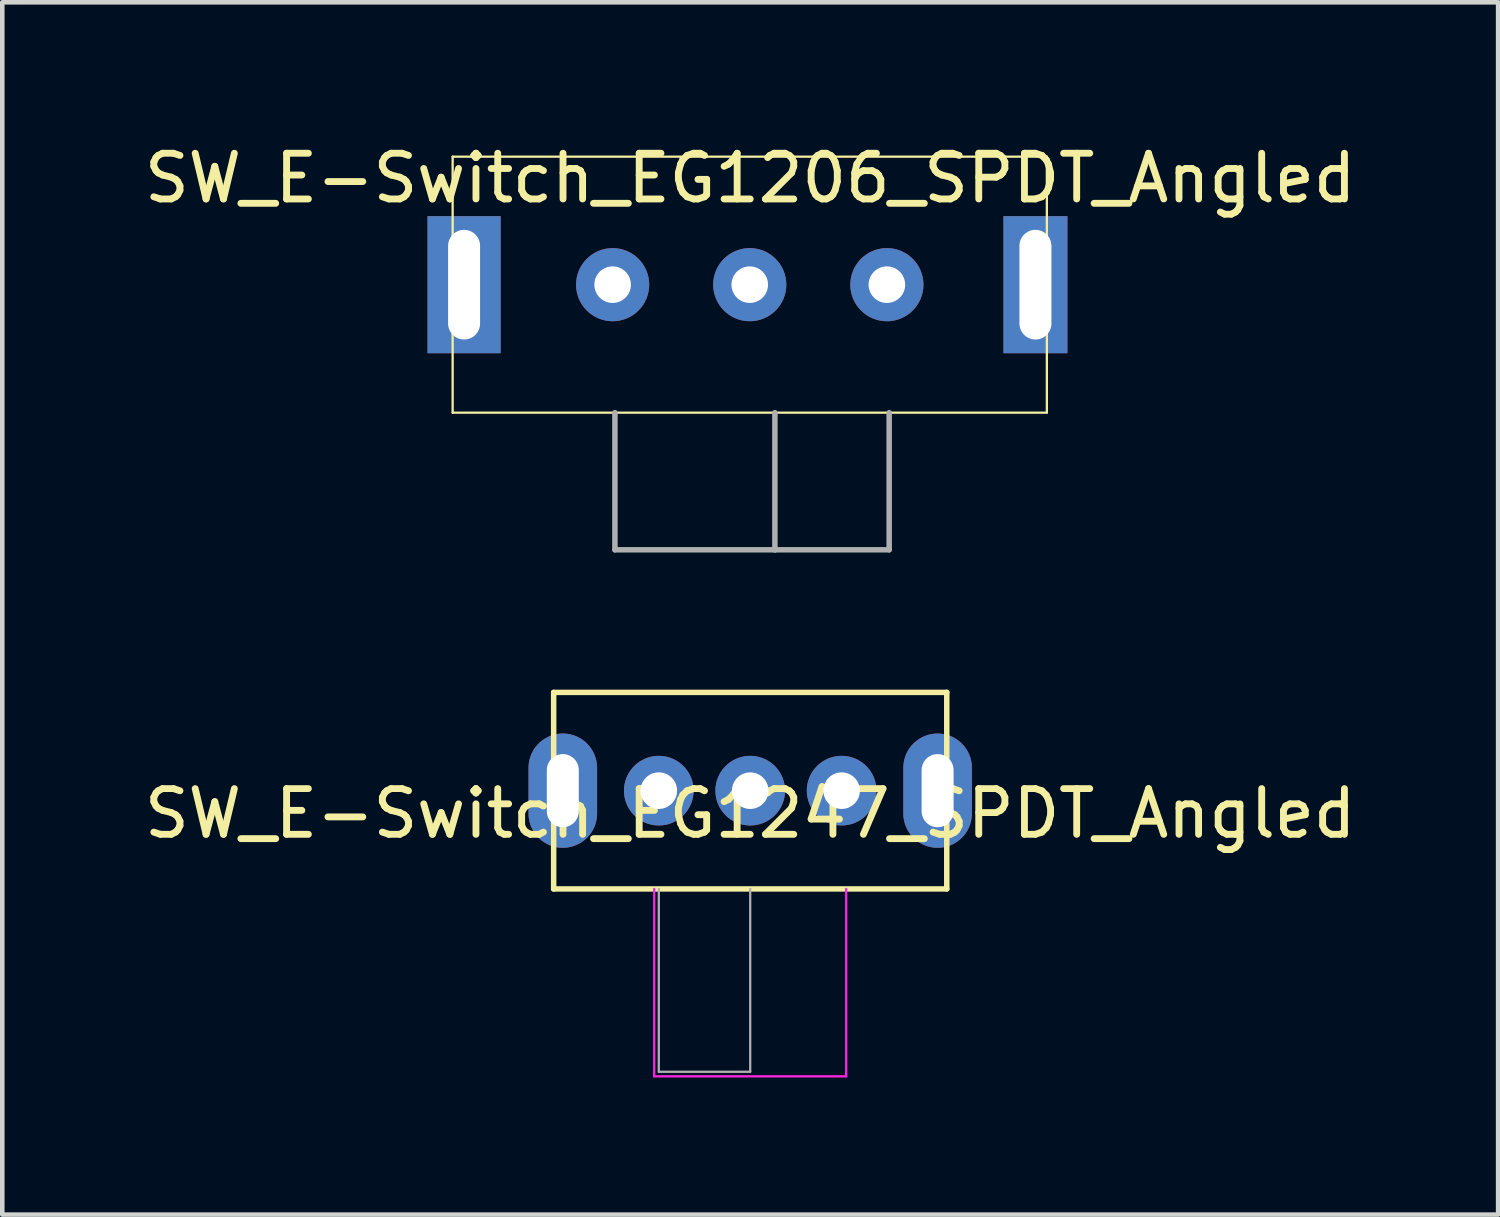
<source format=kicad_pcb>
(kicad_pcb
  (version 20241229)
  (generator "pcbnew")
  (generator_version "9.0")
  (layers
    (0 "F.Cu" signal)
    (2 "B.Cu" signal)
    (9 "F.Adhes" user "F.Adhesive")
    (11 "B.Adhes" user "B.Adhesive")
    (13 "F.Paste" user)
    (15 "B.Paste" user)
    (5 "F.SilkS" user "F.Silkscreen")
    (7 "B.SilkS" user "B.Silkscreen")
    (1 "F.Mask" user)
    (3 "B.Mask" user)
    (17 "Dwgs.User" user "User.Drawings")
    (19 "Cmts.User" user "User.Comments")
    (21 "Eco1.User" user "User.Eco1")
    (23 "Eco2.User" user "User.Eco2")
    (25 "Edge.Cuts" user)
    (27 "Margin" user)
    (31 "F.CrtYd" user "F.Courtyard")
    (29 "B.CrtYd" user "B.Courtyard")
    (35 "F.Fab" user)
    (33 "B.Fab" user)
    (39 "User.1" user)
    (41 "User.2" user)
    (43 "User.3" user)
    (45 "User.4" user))
  (footprint "SW_E-Switch_EG1206_SPDT_Angled"
    (layer "F.Cu")
    (at 13.353 3.178)
    (property "Reference" "SW_E-Switch_EG1206_SPDT_Angled" (at 0.01 -2.33 0) (layer "F.SilkS") (effects (font (size 1 1) (thickness 0.15))))
    (attr through_hole)
    (fp_line (start -6.5 -2.8) (end 6.5 -2.8) (stroke (width 0.05) (type solid)) (layer "F.SilkS"))
    (fp_line (start -6.5 2.8) (end -6.5 -2.8) (stroke (width 0.05) (type solid)) (layer "F.SilkS"))
    (fp_line (start 6.5 -2.8) (end 6.5 2.8) (stroke (width 0.05) (type solid)) (layer "F.SilkS"))
    (fp_line (start 6.5 2.8) (end -6.5 2.8) (stroke (width 0.05) (type solid)) (layer "F.SilkS"))
    (fp_line (start -2.95 2.8) (end -2.95 5.8) (stroke (width 0.12) (type solid)) (layer "F.Fab"))
    (fp_line (start -2.95 5.8) (end 0.55 5.8) (stroke (width 0.12) (type solid)) (layer "F.Fab"))
    (fp_line (start 0.55 5.8) (end 0.55 2.8) (stroke (width 0.12) (type solid)) (layer "F.Fab"))
    (fp_line (start 0.55 5.8) (end 3.05 5.8) (stroke (width 0.12) (type solid)) (layer "F.Fab"))
    (fp_line (start 3.05 5.8) (end 3.05 2.8) (stroke (width 0.12) (type solid)) (layer "F.Fab"))
    (pad "" thru_hole rect (at -6.25 0) (size 1.6 3) (drill oval 0.7 2.4) (layers "*.Cu" "*.Mask"))
    (pad "" thru_hole rect (at 6.25 0) (size 1.4 3) (drill oval 0.7 2.4) (layers "*.Cu" "*.Mask"))
    (pad "1" thru_hole circle (at -3 0) (size 1.6 1.6) (drill 0.8) (layers "*.Cu" "*.Mask"))
    (pad "2" thru_hole circle (at 0 0) (size 1.6 1.6) (drill 0.8) (layers "*.Cu" "*.Mask"))
    (pad "3" thru_hole circle (at 3 0) (size 1.6 1.6) (drill 0.8) (layers "*.Cu" "*.Mask")))
  (footprint "SW_E-Switch_EG1247_SPDT_Angled"
    (layer "F.Cu")
    (at 13.363 14.248)
    (property "Reference" "SW_E-Switch_EG1247_SPDT_Angled" (at 0 0.5 0) (layer "F.SilkS") (effects (font (size 1 1) (thickness 0.15))))
    (attr through_hole)
    (fp_line (start -4.3 -2.15) (end 4.3 -2.15) (stroke (width 0.12) (type solid)) (layer "F.SilkS"))
    (fp_line (start -4.3 2.15) (end -4.3 -2.15) (stroke (width 0.12) (type solid)) (layer "F.SilkS"))
    (fp_line (start 4.3 -2.15) (end 4.3 2.15) (stroke (width 0.12) (type solid)) (layer "F.SilkS"))
    (fp_line (start 4.3 2.15) (end -4.3 2.15) (stroke (width 0.12) (type solid)) (layer "F.SilkS"))
    (fp_line (start -2.1 2.15) (end -2.1 6.25) (stroke (width 0.05) (type solid)) (layer "F.CrtYd"))
    (fp_line (start -2.1 6.25) (end 2.1 6.25) (stroke (width 0.05) (type solid)) (layer "F.CrtYd"))
    (fp_line (start 2.1 6.25) (end 2.1 2.15) (stroke (width 0.05) (type solid)) (layer "F.CrtYd"))
    (fp_line (start -2 2.15) (end -2 6.15) (stroke (width 0.05) (type solid)) (layer "F.Fab"))
    (fp_line (start -2 6.15) (end 0 6.15) (stroke (width 0.05) (type solid)) (layer "F.Fab"))
    (fp_line (start 0 6.15) (end 0 2.15) (stroke (width 0.05) (type solid)) (layer "F.Fab"))
    (pad "" thru_hole oval (at -4.1 0) (size 1.5 2.5) (drill oval 0.7 1.6) (layers "*.Cu" "*.Mask"))
    (pad "" thru_hole oval (at 4.1 0) (size 1.5 2.5) (drill oval 0.7 1.6) (layers "*.Cu" "*.Mask"))
    (pad "1" thru_hole circle (at -2 0) (size 1.524 1.524) (drill 0.8) (layers "*.Cu" "*.Mask"))
    (pad "2" thru_hole circle (at 0 0) (size 1.524 1.524) (drill 0.8) (layers "*.Cu" "*.Mask"))
    (pad "3" thru_hole circle (at 2 0) (size 1.524 1.524) (drill 0.8) (layers "*.Cu" "*.Mask")))
  (gr_rect
    (start -3 -3)
    (end 29.726 23.523)
    (stroke (width 0.1) (type default))
    (fill no)
    (layer "Edge.Cuts")))
</source>
